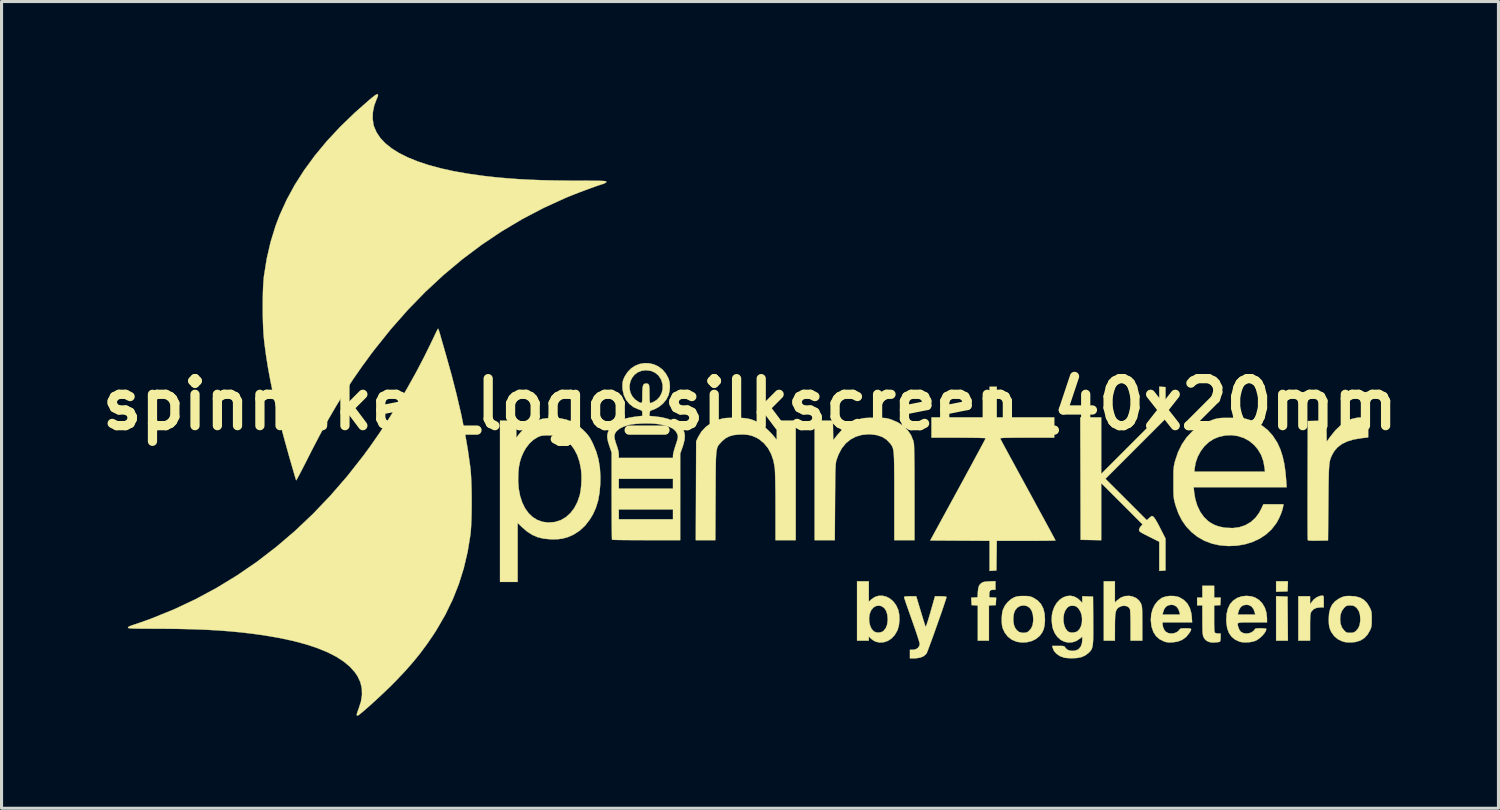
<source format=kicad_pcb>
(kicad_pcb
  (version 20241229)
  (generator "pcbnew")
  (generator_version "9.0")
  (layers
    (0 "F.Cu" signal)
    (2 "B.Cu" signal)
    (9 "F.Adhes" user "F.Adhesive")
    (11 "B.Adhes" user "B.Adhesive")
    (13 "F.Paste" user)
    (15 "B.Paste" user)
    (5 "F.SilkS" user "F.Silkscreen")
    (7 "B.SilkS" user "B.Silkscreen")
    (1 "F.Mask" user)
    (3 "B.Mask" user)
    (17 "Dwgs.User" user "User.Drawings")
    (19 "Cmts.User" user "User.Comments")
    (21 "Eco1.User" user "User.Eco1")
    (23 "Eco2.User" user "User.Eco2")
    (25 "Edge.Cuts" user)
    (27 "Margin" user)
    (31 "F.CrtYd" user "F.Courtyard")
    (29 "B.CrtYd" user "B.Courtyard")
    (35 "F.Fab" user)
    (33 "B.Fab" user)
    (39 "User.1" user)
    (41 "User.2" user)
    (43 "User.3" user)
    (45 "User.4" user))
  (footprint "spinnaker_logo_silkscreen_40x20mm"
    (layer "F.Cu")
    (at 21.271 10.063)
    (property "Reference" "spinnaker_logo_silkscreen_40x20mm" (at 0 0 0) (layer "F.SilkS") (effects (font (size 1.524 1.524) (thickness 0.3))))
    (attr through_hole)
    (fp_poly (pts (xy 17.246 6.227) (xy 17.431 6.234) (xy 17.442 7.662) (xy 17.06 7.662) (xy 17.06 6.221) (xy 17.246 6.227)) (stroke (width 0.01) (type solid)) (fill yes) (layer "F.SilkS"))
    (fp_poly (pts (xy 17.437 5.9) (xy 17.431 6.064) (xy 17.246 6.07) (xy 17.06 6.076) (xy 17.06 5.736) (xy 17.443 5.736) (xy 17.437 5.9)) (stroke (width 0.01) (type solid)) (fill yes) (layer "F.SilkS"))
    (fp_poly (pts (xy 7.959 6.011) (xy 7.89 6.012) (xy 7.82 6.019) (xy 7.78 6.047) (xy 7.762 6.102) (xy 7.759 6.153) (xy 7.758 6.255) (xy 7.87 6.261) (xy 7.982 6.268) (xy 7.969 6.509) (xy 7.858 6.515) (xy 7.747 6.522) (xy 7.747 7.662) (xy 7.387 7.662) (xy 7.387 6.522) (xy 7.287 6.515) (xy 7.186 6.509) (xy 7.173 6.268) (xy 7.377 6.255) (xy 7.388 6.085) (xy 7.399 5.98) (xy 7.417 5.905) (xy 7.446 5.85) (xy 7.493 5.803) (xy 7.511 5.789) (xy 7.549 5.767) (xy 7.601 5.753) (xy 7.676 5.744) (xy 7.763 5.739) (xy 7.959 5.732) (xy 7.959 6.011)) (stroke (width 0.01) (type solid)) (fill yes) (layer "F.SilkS"))
    (fp_poly (pts (xy 18.577 6.203) (xy 18.593 6.213) (xy 18.601 6.239) (xy 18.605 6.29) (xy 18.605 6.374) (xy 18.605 6.392) (xy 18.605 6.583) (xy 18.494 6.583) (xy 18.372 6.598) (xy 18.275 6.642) (xy 18.207 6.714) (xy 18.198 6.731) (xy 18.185 6.762) (xy 18.176 6.801) (xy 18.169 6.855) (xy 18.165 6.929) (xy 18.162 7.03) (xy 18.161 7.164) (xy 18.161 7.234) (xy 18.161 7.662) (xy 17.78 7.662) (xy 17.78 6.223) (xy 18.161 6.223) (xy 18.161 6.355) (xy 18.161 6.488) (xy 18.201 6.424) (xy 18.277 6.331) (xy 18.372 6.258) (xy 18.475 6.213) (xy 18.552 6.202) (xy 18.577 6.203)) (stroke (width 0.01) (type solid)) (fill yes) (layer "F.SilkS"))
    (fp_poly (pts (xy 15.05 6.265) (xy 15.263 6.265) (xy 15.257 6.387) (xy 15.251 6.509) (xy 15.15 6.515) (xy 15.05 6.522) (xy 15.05 6.95) (xy 15.05 7.114) (xy 15.053 7.238) (xy 15.058 7.326) (xy 15.065 7.38) (xy 15.075 7.404) (xy 15.112 7.421) (xy 15.169 7.429) (xy 15.181 7.429) (xy 15.261 7.429) (xy 15.261 7.555) (xy 15.257 7.627) (xy 15.247 7.678) (xy 15.237 7.696) (xy 15.205 7.705) (xy 15.144 7.713) (xy 15.073 7.719) (xy 14.978 7.72) (xy 14.904 7.709) (xy 14.842 7.685) (xy 14.77 7.639) (xy 14.722 7.575) (xy 14.711 7.552) (xy 14.697 7.518) (xy 14.687 7.481) (xy 14.679 7.433) (xy 14.674 7.369) (xy 14.671 7.282) (xy 14.67 7.167) (xy 14.669 7.016) (xy 14.669 6.99) (xy 14.668 6.519) (xy 14.499 6.519) (xy 14.499 6.265) (xy 14.668 6.265) (xy 14.668 5.884) (xy 15.05 5.884) (xy 15.05 6.265)) (stroke (width 0.01) (type solid)) (fill yes) (layer "F.SilkS"))
    (fp_poly (pts (xy 11.832 6.422) (xy 11.901 6.357) (xy 12.023 6.266) (xy 12.155 6.217) (xy 12.295 6.209) (xy 12.406 6.23) (xy 12.529 6.284) (xy 12.621 6.366) (xy 12.681 6.464) (xy 12.693 6.495) (xy 12.702 6.53) (xy 12.709 6.575) (xy 12.714 6.636) (xy 12.718 6.718) (xy 12.719 6.828) (xy 12.72 6.969) (xy 12.721 7.107) (xy 12.721 7.662) (xy 12.34 7.662) (xy 12.34 7.177) (xy 12.339 7.032) (xy 12.337 6.9) (xy 12.333 6.788) (xy 12.328 6.701) (xy 12.322 6.648) (xy 12.319 6.636) (xy 12.276 6.577) (xy 12.208 6.542) (xy 12.125 6.53) (xy 12.037 6.544) (xy 11.956 6.584) (xy 11.934 6.602) (xy 11.903 6.634) (xy 11.879 6.674) (xy 11.861 6.726) (xy 11.848 6.795) (xy 11.84 6.888) (xy 11.835 7.009) (xy 11.833 7.165) (xy 11.833 7.244) (xy 11.832 7.662) (xy 11.472 7.662) (xy 11.472 5.736) (xy 11.832 5.736) (xy 11.832 6.422)) (stroke (width 0.01) (type solid)) (fill yes) (layer "F.SilkS"))
    (fp_poly (pts (xy 13.372 -0.567) (xy 13.473 -0.561) (xy 13.473 0.466) (xy 12.499 1.439) (xy 11.525 2.413) (xy 12.196 3.083) (xy 12.866 3.754) (xy 12.943 3.687) (xy 12.989 3.647) (xy 13.022 3.623) (xy 13.03 3.619) (xy 13.061 3.629) (xy 13.096 3.66) (xy 13.138 3.717) (xy 13.19 3.803) (xy 13.255 3.922) (xy 13.298 4.007) (xy 13.473 4.35) (xy 13.473 5.387) (xy 13.372 5.393) (xy 13.271 5.4) (xy 13.271 4.455) (xy 12.943 4.291) (xy 12.824 4.231) (xy 12.738 4.186) (xy 12.679 4.152) (xy 12.643 4.126) (xy 12.623 4.105) (xy 12.616 4.084) (xy 12.615 4.071) (xy 12.631 4.013) (xy 12.672 3.954) (xy 12.673 3.953) (xy 12.73 3.893) (xy 11.388 2.551) (xy 11.388 4.404) (xy 10.721 4.392) (xy 10.716 2.408) (xy 10.71 0.423) (xy 11.388 0.423) (xy 11.388 2.254) (xy 12.33 1.312) (xy 13.271 0.371) (xy 13.271 -0.574) (xy 13.372 -0.567)) (stroke (width 0.01) (type solid)) (fill yes) (layer "F.SilkS"))
    (fp_poly (pts (xy 3.852 6.397) (xy 3.936 6.322) (xy 4.048 6.246) (xy 4.169 6.208) (xy 4.295 6.205) (xy 4.42 6.235) (xy 4.538 6.297) (xy 4.644 6.388) (xy 4.733 6.505) (xy 4.801 6.648) (xy 4.809 6.672) (xy 4.84 6.825) (xy 4.846 6.992) (xy 4.829 7.158) (xy 4.788 7.308) (xy 4.774 7.34) (xy 4.692 7.48) (xy 4.588 7.591) (xy 4.468 7.67) (xy 4.337 7.714) (xy 4.2 7.722) (xy 4.077 7.695) (xy 4.009 7.66) (xy 3.94 7.611) (xy 3.924 7.596) (xy 3.852 7.527) (xy 3.852 7.662) (xy 3.471 7.662) (xy 3.471 6.936) (xy 3.861 6.936) (xy 3.868 7.062) (xy 3.896 7.18) (xy 3.943 7.281) (xy 4.009 7.355) (xy 4.026 7.367) (xy 4.113 7.399) (xy 4.209 7.399) (xy 4.297 7.368) (xy 4.333 7.342) (xy 4.404 7.252) (xy 4.447 7.139) (xy 4.465 6.996) (xy 4.465 6.964) (xy 4.452 6.816) (xy 4.414 6.695) (xy 4.353 6.604) (xy 4.271 6.547) (xy 4.198 6.527) (xy 4.098 6.534) (xy 4.009 6.581) (xy 3.936 6.666) (xy 3.916 6.701) (xy 3.876 6.812) (xy 3.861 6.936) (xy 3.471 6.936) (xy 3.471 5.736) (xy 3.852 5.736) (xy 3.852 6.397)) (stroke (width 0.01) (type solid)) (fill yes) (layer "F.SilkS"))
    (fp_poly (pts (xy 19.901 0.426) (xy 19.964 0.431) (xy 19.968 0.432) (xy 20.045 0.446) (xy 20.045 1.07) (xy 19.817 1.097) (xy 19.575 1.138) (xy 19.368 1.2) (xy 19.196 1.283) (xy 19.055 1.389) (xy 18.944 1.518) (xy 18.892 1.608) (xy 18.867 1.658) (xy 18.845 1.704) (xy 18.827 1.75) (xy 18.812 1.798) (xy 18.799 1.854) (xy 18.789 1.921) (xy 18.781 2.001) (xy 18.774 2.099) (xy 18.769 2.219) (xy 18.765 2.364) (xy 18.762 2.537) (xy 18.759 2.743) (xy 18.757 2.985) (xy 18.755 3.186) (xy 18.743 4.413) (xy 18.42 4.419) (xy 18.289 4.421) (xy 18.194 4.419) (xy 18.133 4.415) (xy 18.098 4.408) (xy 18.086 4.398) (xy 18.085 4.373) (xy 18.084 4.309) (xy 18.082 4.209) (xy 18.082 4.075) (xy 18.081 3.912) (xy 18.08 3.721) (xy 18.08 3.506) (xy 18.08 3.27) (xy 18.08 3.016) (xy 18.081 2.747) (xy 18.081 2.466) (xy 18.081 2.455) (xy 18.087 0.54) (xy 18.388 0.534) (xy 18.689 0.528) (xy 18.701 1.209) (xy 18.816 1.048) (xy 18.978 0.846) (xy 19.147 0.683) (xy 19.322 0.559) (xy 19.502 0.475) (xy 19.685 0.433) (xy 19.724 0.429) (xy 19.816 0.425) (xy 19.901 0.426)) (stroke (width 0.01) (type solid)) (fill yes) (layer "F.SilkS"))
    (fp_poly (pts (xy 5.535 6.705) (xy 5.576 6.841) (xy 5.614 6.966) (xy 5.647 7.071) (xy 5.673 7.152) (xy 5.689 7.202) (xy 5.694 7.214) (xy 5.703 7.203) (xy 5.722 7.156) (xy 5.749 7.078) (xy 5.782 6.974) (xy 5.819 6.85) (xy 5.853 6.733) (xy 5.998 6.223) (xy 6.185 6.223) (xy 6.282 6.225) (xy 6.341 6.231) (xy 6.368 6.243) (xy 6.371 6.249) (xy 6.364 6.279) (xy 6.344 6.344) (xy 6.313 6.438) (xy 6.273 6.557) (xy 6.226 6.695) (xy 6.173 6.848) (xy 6.115 7.011) (xy 6.056 7.179) (xy 5.997 7.346) (xy 5.939 7.508) (xy 5.884 7.659) (xy 5.834 7.795) (xy 5.791 7.91) (xy 5.757 8) (xy 5.732 8.06) (xy 5.721 8.083) (xy 5.641 8.158) (xy 5.53 8.209) (xy 5.392 8.232) (xy 5.34 8.234) (xy 5.186 8.234) (xy 5.186 7.959) (xy 5.283 7.959) (xy 5.374 7.942) (xy 5.446 7.896) (xy 5.492 7.829) (xy 5.503 7.767) (xy 5.496 7.732) (xy 5.476 7.662) (xy 5.445 7.562) (xy 5.405 7.438) (xy 5.356 7.294) (xy 5.301 7.136) (xy 5.249 6.989) (xy 5.191 6.824) (xy 5.137 6.671) (xy 5.089 6.535) (xy 5.049 6.42) (xy 5.02 6.331) (xy 5.001 6.273) (xy 4.995 6.251) (xy 5.006 6.237) (xy 5.042 6.228) (xy 5.11 6.224) (xy 5.193 6.223) (xy 5.39 6.223) (xy 5.535 6.705)) (stroke (width 0.01) (type solid)) (fill yes) (layer "F.SilkS"))
    (fp_poly (pts (xy 13.748 6.214) (xy 13.876 6.238) (xy 13.93 6.258) (xy 14.072 6.344) (xy 14.183 6.459) (xy 14.262 6.603) (xy 14.311 6.773) (xy 14.325 6.893) (xy 14.336 7.07) (xy 13.377 7.07) (xy 13.377 7.117) (xy 13.393 7.22) (xy 13.434 7.314) (xy 13.485 7.375) (xy 13.563 7.416) (xy 13.657 7.431) (xy 13.754 7.42) (xy 13.842 7.385) (xy 13.909 7.33) (xy 13.927 7.304) (xy 13.943 7.282) (xy 13.969 7.269) (xy 14.015 7.263) (xy 14.09 7.26) (xy 14.129 7.26) (xy 14.225 7.262) (xy 14.282 7.27) (xy 14.304 7.289) (xy 14.297 7.326) (xy 14.265 7.384) (xy 14.249 7.41) (xy 14.146 7.538) (xy 14.021 7.631) (xy 13.872 7.691) (xy 13.696 7.718) (xy 13.695 7.718) (xy 13.584 7.72) (xy 13.495 7.708) (xy 13.427 7.688) (xy 13.281 7.616) (xy 13.166 7.514) (xy 13.08 7.382) (xy 13.025 7.22) (xy 13.016 7.181) (xy 12.997 6.991) (xy 13.01 6.816) (xy 13.377 6.816) (xy 13.944 6.816) (xy 13.929 6.746) (xy 13.888 6.634) (xy 13.824 6.553) (xy 13.739 6.508) (xy 13.67 6.498) (xy 13.567 6.514) (xy 13.487 6.561) (xy 13.429 6.643) (xy 13.39 6.757) (xy 13.377 6.816) (xy 13.01 6.816) (xy 13.01 6.81) (xy 13.054 6.643) (xy 13.126 6.496) (xy 13.224 6.373) (xy 13.346 6.28) (xy 13.364 6.271) (xy 13.476 6.231) (xy 13.61 6.212) (xy 13.748 6.214)) (stroke (width 0.01) (type solid)) (fill yes) (layer "F.SilkS"))
    (fp_poly (pts (xy 8.97 6.215) (xy 9.043 6.221) (xy 9.102 6.234) (xy 9.161 6.258) (xy 9.191 6.272) (xy 9.33 6.361) (xy 9.436 6.476) (xy 9.51 6.618) (xy 9.553 6.787) (xy 9.564 6.985) (xy 9.563 7.023) (xy 9.55 7.173) (xy 9.522 7.293) (xy 9.475 7.395) (xy 9.406 7.491) (xy 9.388 7.511) (xy 9.276 7.605) (xy 9.137 7.673) (xy 8.982 7.713) (xy 8.819 7.722) (xy 8.656 7.699) (xy 8.64 7.694) (xy 8.49 7.631) (xy 8.362 7.533) (xy 8.261 7.405) (xy 8.19 7.25) (xy 8.19 7.25) (xy 8.171 7.156) (xy 8.162 7.037) (xy 8.163 6.907) (xy 8.539 6.907) (xy 8.54 7.032) (xy 8.558 7.148) (xy 8.588 7.231) (xy 8.652 7.325) (xy 8.727 7.381) (xy 8.821 7.406) (xy 8.862 7.408) (xy 8.939 7.403) (xy 8.995 7.383) (xy 9.04 7.351) (xy 9.114 7.267) (xy 9.162 7.163) (xy 9.183 7.032) (xy 9.185 6.964) (xy 9.172 6.815) (xy 9.134 6.693) (xy 9.072 6.602) (xy 8.989 6.543) (xy 8.886 6.52) (xy 8.873 6.519) (xy 8.759 6.538) (xy 8.666 6.592) (xy 8.594 6.684) (xy 8.589 6.693) (xy 8.556 6.789) (xy 8.539 6.907) (xy 8.163 6.907) (xy 8.163 6.907) (xy 8.175 6.781) (xy 8.196 6.675) (xy 8.201 6.66) (xy 8.262 6.532) (xy 8.354 6.413) (xy 8.466 6.315) (xy 8.556 6.263) (xy 8.621 6.238) (xy 8.687 6.223) (xy 8.767 6.215) (xy 8.869 6.213) (xy 8.97 6.215)) (stroke (width 0.01) (type solid)) (fill yes) (layer "F.SilkS"))
    (fp_poly (pts (xy -0.327 0.437) (xy -0.188 0.445) (xy -0.071 0.461) (xy 0.035 0.487) (xy 0.14 0.526) (xy 0.252 0.577) (xy 0.334 0.627) (xy 0.434 0.702) (xy 0.541 0.794) (xy 0.646 0.895) (xy 0.742 0.997) (xy 0.81 1.079) (xy 0.866 1.154) (xy 0.868 0.529) (xy 1.482 0.529) (xy 1.482 4.403) (xy 0.826 4.403) (xy 0.826 3.333) (xy 0.825 3.095) (xy 0.824 2.87) (xy 0.821 2.663) (xy 0.819 2.478) (xy 0.815 2.32) (xy 0.811 2.192) (xy 0.806 2.099) (xy 0.803 2.059) (xy 0.759 1.822) (xy 0.686 1.609) (xy 0.584 1.421) (xy 0.454 1.262) (xy 0.3 1.134) (xy 0.216 1.084) (xy 0.086 1.027) (xy -0.049 0.991) (xy -0.201 0.976) (xy -0.351 0.977) (xy -0.526 0.995) (xy -0.671 1.035) (xy -0.795 1.1) (xy -0.906 1.194) (xy -0.93 1.22) (xy -0.964 1.256) (xy -0.993 1.289) (xy -1.019 1.321) (xy -1.04 1.354) (xy -1.058 1.394) (xy -1.072 1.442) (xy -1.084 1.502) (xy -1.093 1.577) (xy -1.1 1.67) (xy -1.106 1.784) (xy -1.109 1.923) (xy -1.112 2.089) (xy -1.114 2.287) (xy -1.115 2.518) (xy -1.116 2.787) (xy -1.117 2.969) (xy -1.124 4.403) (xy -1.758 4.403) (xy -1.746 1.196) (xy -1.679 1.055) (xy -1.574 0.88) (xy -1.435 0.731) (xy -1.264 0.608) (xy -1.063 0.513) (xy -1.007 0.493) (xy -0.938 0.472) (xy -0.876 0.456) (xy -0.812 0.446) (xy -0.736 0.44) (xy -0.639 0.437) (xy -0.51 0.436) (xy -0.497 0.435) (xy -0.327 0.437)) (stroke (width 0.01) (type solid)) (fill yes) (layer "F.SilkS"))
    (fp_poly (pts (xy 8.001 0.423) (xy 9.864 0.423) (xy 9.864 1.079) (xy 8.983 1.079) (xy 8.762 1.08) (xy 8.58 1.08) (xy 8.434 1.082) (xy 8.32 1.084) (xy 8.234 1.086) (xy 8.174 1.09) (xy 8.136 1.095) (xy 8.117 1.1) (xy 8.113 1.108) (xy 8.113 1.108) (xy 8.125 1.13) (xy 8.155 1.187) (xy 8.203 1.276) (xy 8.266 1.393) (xy 8.344 1.537) (xy 8.435 1.705) (xy 8.538 1.893) (xy 8.65 2.1) (xy 8.771 2.322) (xy 8.899 2.556) (xy 9.015 2.769) (xy 9.148 3.012) (xy 9.274 3.245) (xy 9.393 3.464) (xy 9.504 3.667) (xy 9.604 3.851) (xy 9.692 4.014) (xy 9.767 4.152) (xy 9.827 4.264) (xy 9.872 4.347) (xy 9.898 4.397) (xy 9.906 4.413) (xy 9.886 4.415) (xy 9.827 4.417) (xy 9.735 4.419) (xy 9.612 4.421) (xy 9.465 4.422) (xy 9.296 4.423) (xy 9.11 4.424) (xy 8.954 4.424) (xy 8.002 4.424) (xy 7.99 5.387) (xy 7.879 5.393) (xy 7.768 5.4) (xy 7.768 4.424) (xy 5.844 4.413) (xy 6.743 2.766) (xy 6.876 2.522) (xy 7.003 2.288) (xy 7.123 2.067) (xy 7.234 1.862) (xy 7.334 1.676) (xy 7.423 1.511) (xy 7.499 1.37) (xy 7.56 1.256) (xy 7.605 1.171) (xy 7.633 1.117) (xy 7.641 1.099) (xy 7.621 1.094) (xy 7.561 1.09) (xy 7.465 1.087) (xy 7.336 1.084) (xy 7.178 1.081) (xy 6.993 1.08) (xy 6.786 1.08) (xy 6.763 1.079) (xy 5.884 1.079) (xy 5.884 0.423) (xy 7.768 0.423) (xy 7.768 -0.572) (xy 8.001 -0.572) (xy 8.001 0.423)) (stroke (width 0.01) (type solid)) (fill yes) (layer "F.SilkS"))
    (fp_poly (pts (xy 16.254 6.224) (xy 16.378 6.263) (xy 16.508 6.344) (xy 16.615 6.456) (xy 16.695 6.595) (xy 16.746 6.755) (xy 16.764 6.93) (xy 16.764 6.934) (xy 16.764 7.07) (xy 16.288 7.07) (xy 16.13 7.069) (xy 16.01 7.07) (xy 15.924 7.073) (xy 15.865 7.08) (xy 15.83 7.092) (xy 15.815 7.112) (xy 15.813 7.14) (xy 15.822 7.18) (xy 15.835 7.23) (xy 15.874 7.321) (xy 15.922 7.377) (xy 15.999 7.417) (xy 16.092 7.431) (xy 16.189 7.419) (xy 16.277 7.385) (xy 16.344 7.33) (xy 16.361 7.304) (xy 16.377 7.282) (xy 16.403 7.269) (xy 16.449 7.263) (xy 16.524 7.26) (xy 16.564 7.26) (xy 16.655 7.263) (xy 16.717 7.27) (xy 16.742 7.28) (xy 16.743 7.282) (xy 16.726 7.346) (xy 16.679 7.423) (xy 16.611 7.503) (xy 16.529 7.578) (xy 16.441 7.64) (xy 16.388 7.667) (xy 16.29 7.697) (xy 16.17 7.715) (xy 16.044 7.719) (xy 15.931 7.708) (xy 15.879 7.696) (xy 15.732 7.629) (xy 15.616 7.535) (xy 15.53 7.412) (xy 15.474 7.259) (xy 15.447 7.076) (xy 15.444 6.996) (xy 15.454 6.816) (xy 15.816 6.816) (xy 16.384 6.816) (xy 16.37 6.757) (xy 16.327 6.638) (xy 16.263 6.555) (xy 16.178 6.509) (xy 16.097 6.498) (xy 15.997 6.514) (xy 15.92 6.564) (xy 15.864 6.65) (xy 15.832 6.747) (xy 15.816 6.816) (xy 15.454 6.816) (xy 15.456 6.794) (xy 15.496 6.623) (xy 15.564 6.481) (xy 15.662 6.367) (xy 15.791 6.28) (xy 15.805 6.273) (xy 15.945 6.225) (xy 16.099 6.209) (xy 16.254 6.224)) (stroke (width 0.01) (type solid)) (fill yes) (layer "F.SilkS"))
    (fp_poly (pts (xy 19.632 6.226) (xy 19.782 6.267) (xy 19.907 6.339) (xy 20.01 6.444) (xy 20.092 6.578) (xy 20.122 6.642) (xy 20.142 6.694) (xy 20.154 6.747) (xy 20.159 6.812) (xy 20.161 6.902) (xy 20.161 6.963) (xy 20.16 7.074) (xy 20.156 7.153) (xy 20.147 7.213) (xy 20.132 7.265) (xy 20.108 7.321) (xy 20.106 7.325) (xy 20.02 7.472) (xy 19.914 7.583) (xy 19.787 7.66) (xy 19.634 7.705) (xy 19.511 7.718) (xy 19.398 7.719) (xy 19.306 7.71) (xy 19.216 7.687) (xy 19.204 7.683) (xy 19.064 7.616) (xy 18.943 7.514) (xy 18.851 7.386) (xy 18.816 7.312) (xy 18.791 7.237) (xy 18.776 7.161) (xy 18.768 7.07) (xy 18.766 6.974) (xy 18.766 6.964) (xy 19.135 6.964) (xy 19.149 7.111) (xy 19.193 7.232) (xy 19.263 7.328) (xy 19.312 7.375) (xy 19.353 7.399) (xy 19.407 7.407) (xy 19.458 7.408) (xy 19.536 7.404) (xy 19.591 7.388) (xy 19.641 7.353) (xy 19.644 7.351) (xy 19.719 7.267) (xy 19.766 7.163) (xy 19.788 7.032) (xy 19.79 6.964) (xy 19.779 6.819) (xy 19.743 6.703) (xy 19.681 6.611) (xy 19.644 6.577) (xy 19.593 6.541) (xy 19.539 6.524) (xy 19.463 6.519) (xy 19.458 6.519) (xy 19.387 6.522) (xy 19.339 6.535) (xy 19.297 6.566) (xy 19.263 6.6) (xy 19.189 6.703) (xy 19.147 6.826) (xy 19.135 6.964) (xy 18.766 6.964) (xy 18.777 6.783) (xy 18.814 6.624) (xy 18.878 6.492) (xy 18.973 6.385) (xy 19.098 6.298) (xy 19.129 6.283) (xy 19.206 6.247) (xy 19.269 6.226) (xy 19.336 6.216) (xy 19.424 6.213) (xy 19.452 6.213) (xy 19.632 6.226)) (stroke (width 0.01) (type solid)) (fill yes) (layer "F.SilkS"))
    (fp_poly (pts (xy 4.053 0.435) (xy 4.189 0.436) (xy 4.291 0.438) (xy 4.369 0.443) (xy 4.433 0.451) (xy 4.49 0.464) (xy 4.552 0.483) (xy 4.583 0.493) (xy 4.788 0.58) (xy 4.964 0.694) (xy 5.108 0.832) (xy 5.218 0.992) (xy 5.292 1.172) (xy 5.31 1.245) (xy 5.316 1.289) (xy 5.32 1.371) (xy 5.324 1.49) (xy 5.327 1.647) (xy 5.33 1.843) (xy 5.332 2.079) (xy 5.333 2.355) (xy 5.334 2.672) (xy 5.334 2.88) (xy 5.334 4.403) (xy 4.678 4.403) (xy 4.678 2.988) (xy 4.678 2.696) (xy 4.678 2.442) (xy 4.677 2.225) (xy 4.675 2.04) (xy 4.673 1.885) (xy 4.67 1.757) (xy 4.665 1.651) (xy 4.658 1.566) (xy 4.649 1.498) (xy 4.639 1.443) (xy 4.625 1.399) (xy 4.609 1.362) (xy 4.591 1.33) (xy 4.569 1.298) (xy 4.544 1.266) (xy 4.426 1.143) (xy 4.281 1.053) (xy 4.11 0.996) (xy 3.912 0.971) (xy 3.843 0.969) (xy 3.626 0.99) (xy 3.43 1.047) (xy 3.255 1.14) (xy 3.102 1.268) (xy 2.973 1.43) (xy 2.869 1.626) (xy 2.802 1.81) (xy 2.794 1.84) (xy 2.787 1.876) (xy 2.782 1.919) (xy 2.777 1.975) (xy 2.773 2.046) (xy 2.769 2.136) (xy 2.766 2.248) (xy 2.764 2.387) (xy 2.762 2.554) (xy 2.76 2.755) (xy 2.758 2.993) (xy 2.757 3.17) (xy 2.749 4.403) (xy 2.095 4.403) (xy 2.095 0.529) (xy 2.687 0.529) (xy 2.699 1.163) (xy 2.821 1.005) (xy 2.99 0.815) (xy 3.176 0.662) (xy 3.38 0.545) (xy 3.567 0.474) (xy 3.624 0.458) (xy 3.687 0.447) (xy 3.763 0.44) (xy 3.862 0.436) (xy 3.99 0.435) (xy 4.053 0.435)) (stroke (width 0.01) (type solid)) (fill yes) (layer "F.SilkS"))
    (fp_poly (pts (xy 10.51 6.23) (xy 10.624 6.292) (xy 10.683 6.343) (xy 10.774 6.434) (xy 10.774 6.221) (xy 10.948 6.227) (xy 11.123 6.234) (xy 11.129 6.995) (xy 11.13 7.217) (xy 11.13 7.401) (xy 11.129 7.551) (xy 11.125 7.673) (xy 11.117 7.769) (xy 11.106 7.845) (xy 11.091 7.904) (xy 11.07 7.951) (xy 11.044 7.991) (xy 11.011 8.027) (xy 10.971 8.065) (xy 10.965 8.07) (xy 10.86 8.147) (xy 10.739 8.198) (xy 10.595 8.225) (xy 10.434 8.232) (xy 10.342 8.229) (xy 10.26 8.223) (xy 10.201 8.216) (xy 10.192 8.214) (xy 10.054 8.165) (xy 9.942 8.091) (xy 9.859 7.999) (xy 9.813 7.891) (xy 9.813 7.89) (xy 9.799 7.832) (xy 9.996 7.832) (xy 10.088 7.832) (xy 10.147 7.835) (xy 10.183 7.844) (xy 10.205 7.86) (xy 10.223 7.886) (xy 10.227 7.894) (xy 10.281 7.949) (xy 10.36 7.982) (xy 10.453 7.994) (xy 10.549 7.984) (xy 10.635 7.949) (xy 10.659 7.932) (xy 10.726 7.853) (xy 10.764 7.745) (xy 10.774 7.64) (xy 10.774 7.532) (xy 10.705 7.59) (xy 10.579 7.673) (xy 10.448 7.716) (xy 10.316 7.723) (xy 10.189 7.694) (xy 10.071 7.633) (xy 9.967 7.54) (xy 9.882 7.419) (xy 9.82 7.27) (xy 9.803 7.201) (xy 9.781 7.011) (xy 9.786 6.91) (xy 10.164 6.91) (xy 10.166 7.037) (xy 10.188 7.158) (xy 10.23 7.265) (xy 10.292 7.347) (xy 10.326 7.373) (xy 10.397 7.398) (xy 10.485 7.4) (xy 10.572 7.379) (xy 10.615 7.358) (xy 10.685 7.288) (xy 10.734 7.19) (xy 10.762 7.075) (xy 10.768 6.951) (xy 10.752 6.827) (xy 10.713 6.714) (xy 10.651 6.62) (xy 10.636 6.604) (xy 10.582 6.557) (xy 10.532 6.536) (xy 10.465 6.53) (xy 10.457 6.53) (xy 10.384 6.535) (xy 10.332 6.556) (xy 10.288 6.593) (xy 10.225 6.679) (xy 10.183 6.788) (xy 10.164 6.91) (xy 9.786 6.91) (xy 9.792 6.82) (xy 9.812 6.721) (xy 9.868 6.567) (xy 9.946 6.437) (xy 10.042 6.334) (xy 10.152 6.26) (xy 10.269 6.217) (xy 10.39 6.206) (xy 10.51 6.23)) (stroke (width 0.01) (type solid)) (fill yes) (layer "F.SilkS"))
    (fp_poly (pts (xy -6.167 0.451) (xy -5.957 0.493) (xy -5.768 0.567) (xy -5.592 0.675) (xy -5.421 0.82) (xy -5.394 0.847) (xy -5.31 0.933) (xy -5.248 1.006) (xy -5.197 1.078) (xy -5.149 1.163) (xy -5.094 1.272) (xy -4.989 1.523) (xy -4.914 1.782) (xy -4.869 2.055) (xy -4.851 2.349) (xy -4.855 2.572) (xy -4.879 2.859) (xy -4.925 3.116) (xy -4.996 3.349) (xy -5.093 3.565) (xy -5.194 3.733) (xy -5.35 3.934) (xy -5.526 4.097) (xy -5.722 4.223) (xy -5.747 4.235) (xy -5.911 4.306) (xy -6.073 4.351) (xy -6.246 4.374) (xy -6.442 4.376) (xy -6.477 4.374) (xy -6.695 4.353) (xy -6.886 4.307) (xy -7.06 4.232) (xy -7.227 4.125) (xy -7.395 3.981) (xy -7.402 3.973) (xy -7.535 3.846) (xy -7.535 5.757) (xy -8.107 5.757) (xy -8.107 2.476) (xy -7.519 2.476) (xy -7.5 2.735) (xy -7.455 2.971) (xy -7.386 3.182) (xy -7.295 3.368) (xy -7.182 3.525) (xy -7.05 3.652) (xy -6.899 3.746) (xy -6.732 3.807) (xy -6.549 3.831) (xy -6.353 3.817) (xy -6.303 3.807) (xy -6.127 3.749) (xy -5.965 3.652) (xy -5.821 3.522) (xy -5.698 3.359) (xy -5.598 3.169) (xy -5.523 2.952) (xy -5.522 2.948) (xy -5.493 2.801) (xy -5.474 2.628) (xy -5.465 2.444) (xy -5.467 2.263) (xy -5.481 2.106) (xy -5.528 1.864) (xy -5.603 1.645) (xy -5.703 1.452) (xy -5.825 1.289) (xy -5.969 1.159) (xy -6.112 1.073) (xy -6.175 1.044) (xy -6.228 1.025) (xy -6.282 1.013) (xy -6.347 1.008) (xy -6.437 1.006) (xy -6.509 1.005) (xy -6.62 1.006) (xy -6.701 1.01) (xy -6.761 1.018) (xy -6.812 1.032) (xy -6.866 1.054) (xy -6.886 1.063) (xy -7.023 1.148) (xy -7.152 1.268) (xy -7.266 1.415) (xy -7.343 1.549) (xy -7.413 1.708) (xy -7.461 1.862) (xy -7.494 2.028) (xy -7.511 2.197) (xy -7.519 2.476) (xy -8.107 2.476) (xy -8.107 0.529) (xy -7.578 0.529) (xy -7.578 1.082) (xy -7.477 0.949) (xy -7.32 0.773) (xy -7.144 0.635) (xy -6.948 0.533) (xy -6.73 0.468) (xy -6.49 0.438) (xy -6.403 0.437) (xy -6.167 0.451)) (stroke (width 0.01) (type solid)) (fill yes) (layer "F.SilkS"))
    (fp_poly (pts (xy 15.736 0.438) (xy 15.849 0.441) (xy 15.938 0.446) (xy 16.012 0.455) (xy 16.079 0.469) (xy 16.138 0.484) (xy 16.383 0.569) (xy 16.599 0.684) (xy 16.786 0.831) (xy 16.949 1.011) (xy 17.088 1.225) (xy 17.113 1.271) (xy 17.2 1.466) (xy 17.27 1.683) (xy 17.325 1.926) (xy 17.364 2.201) (xy 17.388 2.482) (xy 17.402 2.688) (xy 14.387 2.688) (xy 14.401 2.841) (xy 14.439 3.074) (xy 14.506 3.29) (xy 14.599 3.483) (xy 14.716 3.649) (xy 14.855 3.783) (xy 14.921 3.83) (xy 15.055 3.905) (xy 15.196 3.957) (xy 15.357 3.992) (xy 15.428 4.001) (xy 15.655 4.011) (xy 15.867 3.983) (xy 16.061 3.918) (xy 16.233 3.819) (xy 16.383 3.686) (xy 16.507 3.521) (xy 16.565 3.413) (xy 16.648 3.24) (xy 16.973 3.239) (xy 17.299 3.239) (xy 17.285 3.326) (xy 17.259 3.432) (xy 17.214 3.558) (xy 17.156 3.69) (xy 17.091 3.813) (xy 17.059 3.864) (xy 16.911 4.054) (xy 16.732 4.218) (xy 16.526 4.354) (xy 16.297 4.461) (xy 16.049 4.537) (xy 15.785 4.582) (xy 15.51 4.593) (xy 15.229 4.57) (xy 14.974 4.513) (xy 14.732 4.421) (xy 14.51 4.295) (xy 14.317 4.142) (xy 14.145 3.96) (xy 14.004 3.759) (xy 13.891 3.535) (xy 13.801 3.281) (xy 13.786 3.228) (xy 13.767 3.157) (xy 13.753 3.096) (xy 13.743 3.036) (xy 13.736 2.969) (xy 13.732 2.889) (xy 13.73 2.788) (xy 13.729 2.658) (xy 13.729 2.529) (xy 13.729 2.371) (xy 13.73 2.247) (xy 13.732 2.18) (xy 14.408 2.18) (xy 16.699 2.18) (xy 16.687 2.069) (xy 16.647 1.843) (xy 16.577 1.644) (xy 16.473 1.466) (xy 16.351 1.321) (xy 16.193 1.189) (xy 16.014 1.09) (xy 15.82 1.027) (xy 15.617 0.999) (xy 15.409 1.008) (xy 15.202 1.055) (xy 15.039 1.121) (xy 14.88 1.222) (xy 14.736 1.356) (xy 14.614 1.518) (xy 14.517 1.699) (xy 14.45 1.892) (xy 14.422 2.051) (xy 14.408 2.18) (xy 13.732 2.18) (xy 13.733 2.151) (xy 13.738 2.074) (xy 13.745 2.009) (xy 13.756 1.949) (xy 13.771 1.885) (xy 13.785 1.831) (xy 13.88 1.548) (xy 14.005 1.294) (xy 14.159 1.069) (xy 14.341 0.875) (xy 14.551 0.712) (xy 14.787 0.582) (xy 15.019 0.495) (xy 15.09 0.473) (xy 15.151 0.458) (xy 15.213 0.448) (xy 15.282 0.441) (xy 15.369 0.438) (xy 15.483 0.437) (xy 15.589 0.437) (xy 15.736 0.438)) (stroke (width 0.01) (type solid)) (fill yes) (layer "F.SilkS"))
    (fp_poly (pts (xy -12.075 -10.054) (xy -12.063 -10.034) (xy -12.067 -10) (xy -12.088 -9.943) (xy -12.108 -9.9) (xy -12.186 -9.692) (xy -12.229 -9.48) (xy -12.237 -9.272) (xy -12.21 -9.074) (xy -12.194 -9.015) (xy -12.111 -8.822) (xy -11.989 -8.639) (xy -11.826 -8.466) (xy -11.623 -8.303) (xy -11.382 -8.151) (xy -11.102 -8.011) (xy -10.784 -7.881) (xy -10.429 -7.763) (xy -10.037 -7.656) (xy -9.609 -7.562) (xy -9.145 -7.48) (xy -8.645 -7.41) (xy -8.562 -7.4) (xy -8.217 -7.362) (xy -7.87 -7.331) (xy -7.513 -7.305) (xy -7.141 -7.285) (xy -6.748 -7.27) (xy -6.327 -7.261) (xy -5.874 -7.255) (xy -5.636 -7.254) (xy -5.406 -7.254) (xy -5.214 -7.253) (xy -5.058 -7.252) (xy -4.934 -7.25) (xy -4.838 -7.248) (xy -4.767 -7.245) (xy -4.717 -7.241) (xy -4.684 -7.236) (xy -4.666 -7.23) (xy -4.658 -7.223) (xy -4.657 -7.218) (xy -4.676 -7.19) (xy -4.733 -7.161) (xy -4.778 -7.145) (xy -4.897 -7.107) (xy -5.046 -7.055) (xy -5.214 -6.994) (xy -5.394 -6.928) (xy -5.575 -6.859) (xy -5.748 -6.791) (xy -5.903 -6.729) (xy -5.984 -6.695) (xy -6.694 -6.371) (xy -7.385 -6.009) (xy -8.054 -5.611) (xy -8.703 -5.176) (xy -9.332 -4.704) (xy -9.941 -4.194) (xy -10.529 -3.648) (xy -11.097 -3.064) (xy -11.645 -2.443) (xy -12.172 -1.785) (xy -12.276 -1.649) (xy -12.583 -1.229) (xy -12.874 -0.81) (xy -13.152 -0.385) (xy -13.422 0.054) (xy -13.688 0.512) (xy -13.953 0.996) (xy -14.222 1.513) (xy -14.311 1.689) (xy -14.396 1.857) (xy -14.475 2.012) (xy -14.546 2.15) (xy -14.608 2.268) (xy -14.658 2.361) (xy -14.694 2.426) (xy -14.714 2.459) (xy -14.717 2.462) (xy -14.725 2.438) (xy -14.744 2.378) (xy -14.771 2.287) (xy -14.805 2.169) (xy -14.846 2.029) (xy -14.892 1.871) (xy -14.941 1.701) (xy -14.943 1.693) (xy -15.097 1.141) (xy -15.235 0.622) (xy -15.356 0.135) (xy -15.461 -0.326) (xy -15.552 -0.763) (xy -15.629 -1.18) (xy -15.693 -1.583) (xy -15.745 -1.973) (xy -15.762 -2.127) (xy -15.776 -2.292) (xy -15.787 -2.488) (xy -15.795 -2.705) (xy -15.8 -2.937) (xy -15.801 -3.174) (xy -15.8 -3.409) (xy -15.795 -3.634) (xy -15.787 -3.84) (xy -15.775 -4.019) (xy -15.763 -4.149) (xy -15.673 -4.717) (xy -15.547 -5.263) (xy -15.385 -5.789) (xy -15.255 -6.13) (xy -15.03 -6.625) (xy -14.765 -7.113) (xy -14.458 -7.594) (xy -14.11 -8.069) (xy -13.722 -8.537) (xy -13.291 -8.999) (xy -12.82 -9.455) (xy -12.333 -9.884) (xy -12.236 -9.963) (xy -12.166 -10.017) (xy -12.119 -10.047) (xy -12.089 -10.058) (xy -12.075 -10.054)) (stroke (width 0.01) (type solid)) (fill yes) (layer "F.SilkS"))
    (fp_poly (pts (xy -10.105 -2.437) (xy -10.086 -2.387) (xy -10.064 -2.316) (xy -10.06 -2.302) (xy -10.042 -2.239) (xy -10.015 -2.142) (xy -9.98 -2.021) (xy -9.939 -1.881) (xy -9.896 -1.731) (xy -9.864 -1.619) (xy -9.674 -0.94) (xy -9.509 -0.293) (xy -9.366 0.324) (xy -9.247 0.913) (xy -9.15 1.476) (xy -9.074 2.016) (xy -9.066 2.085) (xy -9.052 2.231) (xy -9.042 2.41) (xy -9.033 2.613) (xy -9.028 2.834) (xy -9.026 3.064) (xy -9.026 3.297) (xy -9.029 3.525) (xy -9.034 3.74) (xy -9.043 3.934) (xy -9.054 4.101) (xy -9.066 4.223) (xy -9.157 4.78) (xy -9.283 5.315) (xy -9.444 5.83) (xy -9.643 6.33) (xy -9.88 6.818) (xy -10.157 7.298) (xy -10.258 7.457) (xy -10.469 7.766) (xy -10.689 8.063) (xy -10.925 8.354) (xy -11.183 8.648) (xy -11.469 8.95) (xy -11.619 9.102) (xy -11.727 9.208) (xy -11.846 9.322) (xy -11.972 9.441) (xy -12.1 9.56) (xy -12.227 9.676) (xy -12.348 9.785) (xy -12.46 9.883) (xy -12.557 9.967) (xy -12.636 10.032) (xy -12.692 10.075) (xy -12.72 10.092) (xy -12.746 10.084) (xy -12.752 10.077) (xy -12.751 10.049) (xy -12.735 9.991) (xy -12.709 9.915) (xy -12.69 9.866) (xy -12.616 9.636) (xy -12.582 9.417) (xy -12.588 9.21) (xy -12.635 9.011) (xy -12.723 8.821) (xy -12.811 8.69) (xy -12.972 8.509) (xy -13.174 8.34) (xy -13.416 8.183) (xy -13.699 8.038) (xy -14.022 7.906) (xy -14.385 7.785) (xy -14.789 7.676) (xy -15.232 7.58) (xy -15.716 7.496) (xy -15.79 7.484) (xy -16.145 7.435) (xy -16.504 7.393) (xy -16.873 7.358) (xy -17.257 7.329) (xy -17.661 7.307) (xy -18.091 7.291) (xy -18.551 7.28) (xy -19.046 7.275) (xy -19.182 7.275) (xy -19.414 7.274) (xy -19.607 7.273) (xy -19.765 7.272) (xy -19.89 7.27) (xy -19.988 7.268) (xy -20.06 7.265) (xy -20.111 7.261) (xy -20.144 7.256) (xy -20.163 7.25) (xy -20.171 7.243) (xy -20.172 7.239) (xy -20.157 7.217) (xy -20.11 7.192) (xy -20.027 7.16) (xy -19.963 7.139) (xy -19.869 7.108) (xy -19.748 7.066) (xy -19.613 7.018) (xy -19.476 6.969) (xy -19.407 6.943) (xy -18.683 6.649) (xy -17.979 6.318) (xy -17.294 5.949) (xy -16.629 5.543) (xy -15.984 5.1) (xy -15.359 4.619) (xy -14.754 4.103) (xy -14.17 3.549) (xy -13.607 2.959) (xy -13.064 2.333) (xy -12.543 1.671) (xy -12.318 1.364) (xy -12.015 0.929) (xy -11.71 0.461) (xy -11.406 -0.03) (xy -11.11 -0.534) (xy -10.827 -1.042) (xy -10.564 -1.545) (xy -10.324 -2.033) (xy -10.252 -2.185) (xy -10.207 -2.282) (xy -10.167 -2.364) (xy -10.136 -2.423) (xy -10.118 -2.453) (xy -10.116 -2.455) (xy -10.105 -2.437)) (stroke (width 0.01) (type solid)) (fill yes) (layer "F.SilkS"))
    (fp_poly (pts (xy -3.264 -1.332) (xy -3.112 -1.295) (xy -2.969 -1.228) (xy -2.84 -1.13) (xy -2.73 -1.001) (xy -2.644 -0.843) (xy -2.638 -0.829) (xy -2.608 -0.71) (xy -2.598 -0.57) (xy -2.61 -0.427) (xy -2.643 -0.297) (xy -2.645 -0.292) (xy -2.719 -0.151) (xy -2.826 -0.023) (xy -2.958 0.083) (xy -3.104 0.16) (xy -3.16 0.179) (xy -3.216 0.199) (xy -3.243 0.223) (xy -3.253 0.267) (xy -3.255 0.29) (xy -3.262 0.375) (xy -3.097 0.389) (xy -2.873 0.418) (xy -2.673 0.466) (xy -2.499 0.531) (xy -2.357 0.612) (xy -2.262 0.693) (xy -2.184 0.794) (xy -2.134 0.896) (xy -2.114 1.008) (xy -2.121 1.135) (xy -2.156 1.285) (xy -2.189 1.386) (xy -2.264 1.598) (xy -2.265 4.403) (xy -3.362 4.403) (xy -3.574 4.402) (xy -3.772 4.402) (xy -3.954 4.4) (xy -4.115 4.399) (xy -4.251 4.397) (xy -4.358 4.395) (xy -4.432 4.392) (xy -4.47 4.39) (xy -4.473 4.389) (xy -4.476 4.366) (xy -4.478 4.304) (xy -4.48 4.207) (xy -4.482 4.078) (xy -4.484 3.92) (xy -4.485 3.739) (xy -4.486 3.536) (xy -4.487 3.408) (xy -4.255 3.408) (xy -4.255 3.725) (xy -2.498 3.725) (xy -2.498 3.408) (xy -4.255 3.408) (xy -4.487 3.408) (xy -4.487 3.315) (xy -4.487 3.08) (xy -4.487 2.968) (xy -4.487 2.413) (xy -4.255 2.413) (xy -4.255 2.731) (xy -2.498 2.731) (xy -2.498 2.413) (xy -4.255 2.413) (xy -4.487 2.413) (xy -4.487 1.562) (xy -4.564 1.338) (xy -4.606 1.2) (xy -4.627 1.089) (xy -4.628 1.039) (xy -4.398 1.039) (xy -4.389 1.115) (xy -4.363 1.214) (xy -4.32 1.341) (xy -4.31 1.37) (xy -4.279 1.472) (xy -4.259 1.57) (xy -4.255 1.629) (xy -4.255 1.736) (xy -2.498 1.736) (xy -2.498 1.658) (xy -2.491 1.605) (xy -2.473 1.525) (xy -2.446 1.431) (xy -2.426 1.367) (xy -2.386 1.248) (xy -2.36 1.161) (xy -2.344 1.097) (xy -2.339 1.05) (xy -2.343 1.012) (xy -2.354 0.973) (xy -2.362 0.953) (xy -2.411 0.869) (xy -2.486 0.798) (xy -2.59 0.74) (xy -2.729 0.691) (xy -2.904 0.651) (xy -2.949 0.643) (xy -3.074 0.628) (xy -3.224 0.619) (xy -3.388 0.617) (xy -3.554 0.622) (xy -3.711 0.633) (xy -3.847 0.649) (xy -3.937 0.668) (xy -4.096 0.72) (xy -4.223 0.783) (xy -4.315 0.856) (xy -4.326 0.868) (xy -4.366 0.923) (xy -4.39 0.978) (xy -4.398 1.039) (xy -4.628 1.039) (xy -4.628 0.994) (xy -4.608 0.906) (xy -4.575 0.831) (xy -4.525 0.758) (xy -4.453 0.677) (xy -4.37 0.603) (xy -4.292 0.549) (xy -4.283 0.544) (xy -4.189 0.505) (xy -4.063 0.466) (xy -3.92 0.432) (xy -3.769 0.406) (xy -3.706 0.397) (xy -3.493 0.372) (xy -3.493 0.286) (xy -3.495 0.239) (xy -3.506 0.209) (xy -3.537 0.189) (xy -3.596 0.168) (xy -3.613 0.163) (xy -3.775 0.091) (xy -3.91 -0.013) (xy -4.017 -0.144) (xy -4.091 -0.298) (xy -4.131 -0.473) (xy -4.133 -0.504) (xy -3.905 -0.504) (xy -3.877 -0.38) (xy -3.819 -0.264) (xy -3.731 -0.162) (xy -3.61 -0.078) (xy -3.609 -0.077) (xy -3.563 -0.055) (xy -3.531 -0.046) (xy -3.511 -0.057) (xy -3.499 -0.093) (xy -3.494 -0.158) (xy -3.493 -0.258) (xy -3.493 -0.313) (xy -3.49 -0.448) (xy -3.483 -0.546) (xy -3.468 -0.612) (xy -3.444 -0.653) (xy -3.409 -0.673) (xy -3.369 -0.677) (xy -3.328 -0.674) (xy -3.299 -0.661) (xy -3.279 -0.632) (xy -3.268 -0.581) (xy -3.262 -0.502) (xy -3.26 -0.389) (xy -3.26 -0.334) (xy -3.258 -0.206) (xy -3.254 -0.113) (xy -3.246 -0.058) (xy -3.238 -0.042) (xy -3.205 -0.05) (xy -3.153 -0.069) (xy -3.148 -0.071) (xy -3.027 -0.143) (xy -2.932 -0.243) (xy -2.867 -0.363) (xy -2.833 -0.498) (xy -2.834 -0.638) (xy -2.872 -0.779) (xy -2.887 -0.812) (xy -2.969 -0.937) (xy -3.078 -1.028) (xy -3.209 -1.085) (xy -3.362 -1.107) (xy -3.377 -1.107) (xy -3.521 -1.088) (xy -3.644 -1.038) (xy -3.745 -0.961) (xy -3.823 -0.863) (xy -3.877 -0.751) (xy -3.904 -0.629) (xy -3.905 -0.504) (xy -4.133 -0.504) (xy -4.138 -0.583) (xy -4.135 -0.678) (xy -4.125 -0.749) (xy -4.104 -0.816) (xy -4.069 -0.894) (xy -3.973 -1.046) (xy -3.855 -1.167) (xy -3.72 -1.255) (xy -3.573 -1.312) (xy -3.419 -1.338) (xy -3.264 -1.332)) (stroke (width 0.01) (type solid)) (fill yes) (layer "F.SilkS")))
  (gr_rect
    (start -3 -3)
    (end 45.541 23.16)
    (stroke (width 0.1) (type default))
    (fill no)
    (layer "Edge.Cuts")))
</source>
